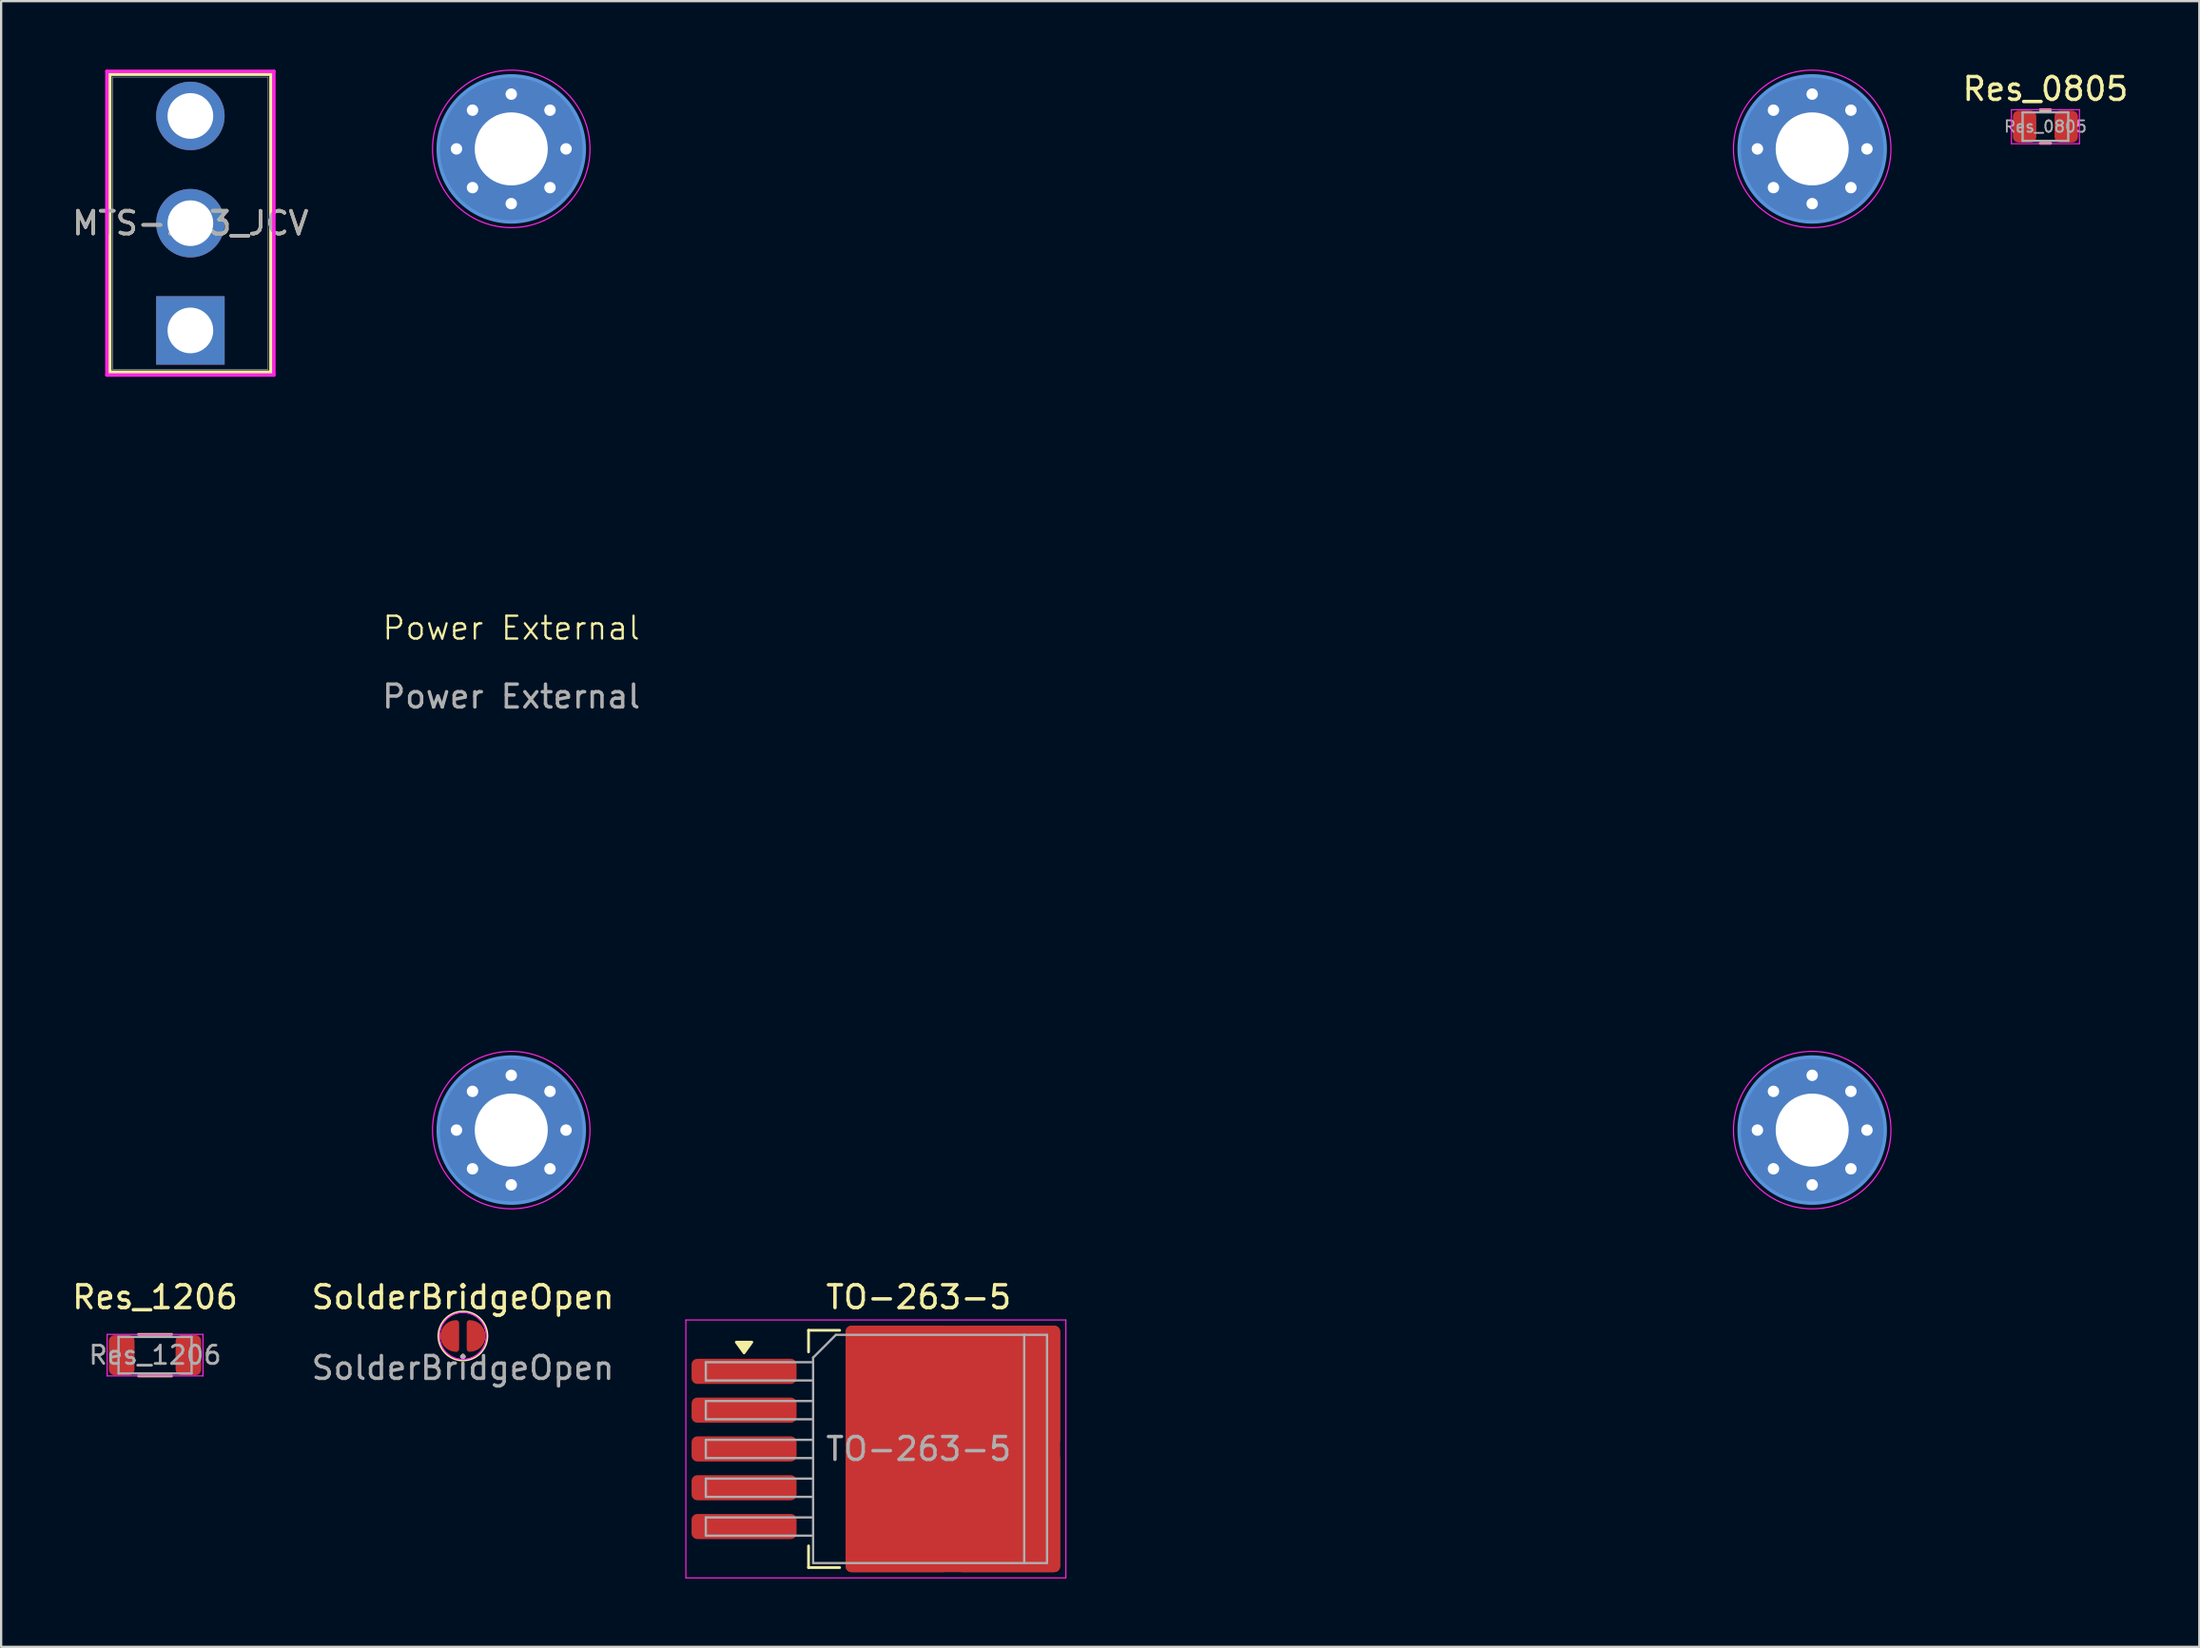
<source format=kicad_pcb>
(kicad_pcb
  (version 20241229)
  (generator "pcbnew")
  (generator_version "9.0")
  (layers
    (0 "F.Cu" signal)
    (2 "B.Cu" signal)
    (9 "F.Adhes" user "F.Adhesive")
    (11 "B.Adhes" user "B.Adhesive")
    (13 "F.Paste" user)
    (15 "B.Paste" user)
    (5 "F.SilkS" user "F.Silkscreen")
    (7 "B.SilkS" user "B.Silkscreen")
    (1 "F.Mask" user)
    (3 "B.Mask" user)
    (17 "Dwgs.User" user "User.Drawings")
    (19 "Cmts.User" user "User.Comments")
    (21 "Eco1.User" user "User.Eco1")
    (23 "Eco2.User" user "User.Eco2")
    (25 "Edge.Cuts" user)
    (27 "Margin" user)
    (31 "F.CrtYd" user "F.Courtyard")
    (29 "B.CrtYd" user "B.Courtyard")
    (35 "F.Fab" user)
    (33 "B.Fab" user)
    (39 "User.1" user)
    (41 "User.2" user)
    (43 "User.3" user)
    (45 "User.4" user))
  (footprint "MTS-103_JCV"
    (layer "F.Cu")
    (at 5.292 6.731)
    (property "Reference" "MTS-103_JCV" (at 0 0 0) (unlocked yes) (layer "F.SilkS") (effects (font (size 1 1) (thickness 0.15))))
    (attr smd)
    (fp_line (start -3.531 -6.528) (end -3.531 6.528) (stroke (width 0.152) (type solid)) (layer "F.SilkS"))
    (fp_line (start -3.531 6.528) (end 3.531 6.528) (stroke (width 0.152) (type solid)) (layer "F.SilkS"))
    (fp_line (start 3.531 -6.528) (end -3.531 -6.528) (stroke (width 0.152) (type solid)) (layer "F.SilkS"))
    (fp_line (start 3.531 6.528) (end 3.531 -6.528) (stroke (width 0.152) (type solid)) (layer "F.SilkS"))
    (fp_line (start -3.658 -6.655) (end -3.658 6.655) (stroke (width 0.152) (type solid)) (layer "F.CrtYd"))
    (fp_line (start -3.658 6.655) (end 3.658 6.655) (stroke (width 0.152) (type solid)) (layer "F.CrtYd"))
    (fp_line (start 3.658 -6.655) (end -3.658 -6.655) (stroke (width 0.152) (type solid)) (layer "F.CrtYd"))
    (fp_line (start 3.658 6.655) (end 3.658 -6.655) (stroke (width 0.152) (type solid)) (layer "F.CrtYd"))
    (fp_line (start -3.404 -6.401) (end -3.404 6.401) (stroke (width 0.025) (type solid)) (layer "F.Fab"))
    (fp_line (start -3.404 6.401) (end 3.404 6.401) (stroke (width 0.025) (type solid)) (layer "F.Fab"))
    (fp_line (start 3.404 -6.401) (end -3.404 -6.401) (stroke (width 0.025) (type solid)) (layer "F.Fab"))
    (fp_line (start 3.404 6.401) (end 3.404 -6.401) (stroke (width 0.025) (type solid)) (layer "F.Fab"))
    (fp_text user "${REFERENCE}" (at 0 0 0) (unlocked yes) (layer "F.Fab") (effects (font (size 1 1) (thickness 0.15))))
    (pad "1" thru_hole rect (at 0 4.7) (size 3 3) (drill 2) (layers "*.Cu" "*.Mask"))
    (pad "2" thru_hole circle (at 0 0) (size 3 3) (drill 2) (layers "*.Cu" "*.Mask"))
    (pad "3" thru_hole circle (at 0 -4.7) (size 3 3) (drill 2) (layers "*.Cu" "*.Mask")))
  (footprint "Power External"
    (layer "F.Cu")
    (at 19.351 24.975)
    (property "Reference" "Power External" (at 0 -0.5 0) (unlocked yes) (layer "F.SilkS") (effects (font (size 1 1) (thickness 0.1))))
    (attr through_hole)
    (fp_circle (center 0 -21.5) (end 3.2 -21.5) (stroke (width 0.15) (type solid)) (fill no) (layer "Cmts.User"))
    (fp_circle (center 0 21.5) (end 3.2 21.5) (stroke (width 0.15) (type solid)) (fill no) (layer "Cmts.User"))
    (fp_circle (center 57 -21.5) (end 60.2 -21.5) (stroke (width 0.15) (type solid)) (fill no) (layer "Cmts.User"))
    (fp_circle (center 57 21.5) (end 60.2 21.5) (stroke (width 0.15) (type solid)) (fill no) (layer "Cmts.User"))
    (fp_circle (center 0 -21.5) (end 3.45 -21.5) (stroke (width 0.05) (type solid)) (fill no) (layer "F.CrtYd"))
    (fp_circle (center 0 21.5) (end 3.45 21.5) (stroke (width 0.05) (type solid)) (fill no) (layer "F.CrtYd"))
    (fp_circle (center 57 -21.5) (end 60.45 -21.5) (stroke (width 0.05) (type solid)) (fill no) (layer "F.CrtYd"))
    (fp_circle (center 57 21.5) (end 60.45 21.5) (stroke (width 0.05) (type solid)) (fill no) (layer "F.CrtYd"))
    (fp_text user "${REFERENCE}" (at 0 2.5 0) (unlocked yes) (layer "F.Fab") (effects (font (size 1 1) (thickness 0.15))))
    (pad "1" thru_hole circle (at -2.4 -21.5) (size 0.8 0.8) (drill 0.5) (layers "*.Cu" "*.Mask"))
    (pad "1" thru_hole circle (at -2.4 21.5) (size 0.8 0.8) (drill 0.5) (layers "*.Cu" "*.Mask"))
    (pad "1" thru_hole circle (at -1.697 -23.197) (size 0.8 0.8) (drill 0.5) (layers "*.Cu" "*.Mask"))
    (pad "1" thru_hole circle (at -1.697 -19.803) (size 0.8 0.8) (drill 0.5) (layers "*.Cu" "*.Mask"))
    (pad "1" thru_hole circle (at -1.697 19.803) (size 0.8 0.8) (drill 0.5) (layers "*.Cu" "*.Mask"))
    (pad "1" thru_hole circle (at -1.697 23.197) (size 0.8 0.8) (drill 0.5) (layers "*.Cu" "*.Mask"))
    (pad "1" thru_hole circle (at 0 -23.9) (size 0.8 0.8) (drill 0.5) (layers "*.Cu" "*.Mask"))
    (pad "1" thru_hole circle (at 0 -21.5) (size 6.4 6.4) (drill 3.2) (layers "*.Cu" "*.Mask"))
    (pad "1" thru_hole circle (at 0 -19.1) (size 0.8 0.8) (drill 0.5) (layers "*.Cu" "*.Mask"))
    (pad "1" thru_hole circle (at 0 19.1) (size 0.8 0.8) (drill 0.5) (layers "*.Cu" "*.Mask"))
    (pad "1" thru_hole circle (at 0 21.5) (size 6.4 6.4) (drill 3.2) (layers "*.Cu" "*.Mask"))
    (pad "1" thru_hole circle (at 0 23.9) (size 0.8 0.8) (drill 0.5) (layers "*.Cu" "*.Mask"))
    (pad "1" thru_hole circle (at 1.697 -23.197) (size 0.8 0.8) (drill 0.5) (layers "*.Cu" "*.Mask"))
    (pad "1" thru_hole circle (at 1.697 -19.803) (size 0.8 0.8) (drill 0.5) (layers "*.Cu" "*.Mask"))
    (pad "1" thru_hole circle (at 1.697 19.803) (size 0.8 0.8) (drill 0.5) (layers "*.Cu" "*.Mask"))
    (pad "1" thru_hole circle (at 1.697 23.197) (size 0.8 0.8) (drill 0.5) (layers "*.Cu" "*.Mask"))
    (pad "1" thru_hole circle (at 2.4 -21.5) (size 0.8 0.8) (drill 0.5) (layers "*.Cu" "*.Mask"))
    (pad "1" thru_hole circle (at 2.4 21.5) (size 0.8 0.8) (drill 0.5) (layers "*.Cu" "*.Mask"))
    (pad "1" thru_hole circle (at 54.6 -21.5) (size 0.8 0.8) (drill 0.5) (layers "*.Cu" "*.Mask"))
    (pad "1" thru_hole circle (at 54.6 21.5) (size 0.8 0.8) (drill 0.5) (layers "*.Cu" "*.Mask"))
    (pad "1" thru_hole circle (at 55.303 -23.197) (size 0.8 0.8) (drill 0.5) (layers "*.Cu" "*.Mask"))
    (pad "1" thru_hole circle (at 55.303 -19.803) (size 0.8 0.8) (drill 0.5) (layers "*.Cu" "*.Mask"))
    (pad "1" thru_hole circle (at 55.303 19.803) (size 0.8 0.8) (drill 0.5) (layers "*.Cu" "*.Mask"))
    (pad "1" thru_hole circle (at 55.303 23.197) (size 0.8 0.8) (drill 0.5) (layers "*.Cu" "*.Mask"))
    (pad "1" thru_hole circle (at 57 -23.9) (size 0.8 0.8) (drill 0.5) (layers "*.Cu" "*.Mask"))
    (pad "1" thru_hole circle (at 57 -21.5) (size 6.4 6.4) (drill 3.2) (layers "*.Cu" "*.Mask"))
    (pad "1" thru_hole circle (at 57 -19.1) (size 0.8 0.8) (drill 0.5) (layers "*.Cu" "*.Mask"))
    (pad "1" thru_hole circle (at 57 19.1) (size 0.8 0.8) (drill 0.5) (layers "*.Cu" "*.Mask"))
    (pad "1" thru_hole circle (at 57 21.5) (size 6.4 6.4) (drill 3.2) (layers "*.Cu" "*.Mask"))
    (pad "1" thru_hole circle (at 57 23.9) (size 0.8 0.8) (drill 0.5) (layers "*.Cu" "*.Mask"))
    (pad "1" thru_hole circle (at 58.697 -23.197) (size 0.8 0.8) (drill 0.5) (layers "*.Cu" "*.Mask"))
    (pad "1" thru_hole circle (at 58.697 -19.803) (size 0.8 0.8) (drill 0.5) (layers "*.Cu" "*.Mask"))
    (pad "1" thru_hole circle (at 58.697 19.803) (size 0.8 0.8) (drill 0.5) (layers "*.Cu" "*.Mask"))
    (pad "1" thru_hole circle (at 58.697 23.197) (size 0.8 0.8) (drill 0.5) (layers "*.Cu" "*.Mask"))
    (pad "1" thru_hole circle (at 59.4 -21.5) (size 0.8 0.8) (drill 0.5) (layers "*.Cu" "*.Mask"))
    (pad "1" thru_hole circle (at 59.4 21.5) (size 0.8 0.8) (drill 0.5) (layers "*.Cu" "*.Mask")))
  (footprint "Res_1206"
    (layer "F.Cu")
    (at 3.744 56.338)
    (property "Reference" "Res_1206" (at 0 -2.54 0) (layer "F.SilkS") (effects (font (size 1 1) (thickness 0.15))))
    (attr smd)
    (fp_line (start -0.727 -0.91) (end 0.727 -0.91) (stroke (width 0.12) (type solid)) (layer "F.SilkS"))
    (fp_line (start -0.727 0.91) (end 0.727 0.91) (stroke (width 0.12) (type solid)) (layer "F.SilkS"))
    (fp_line (start -2.1 -0.91) (end 2.1 -0.91) (stroke (width 0.05) (type solid)) (layer "F.CrtYd"))
    (fp_line (start -2.1 0.91) (end -2.1 -0.91) (stroke (width 0.05) (type solid)) (layer "F.CrtYd"))
    (fp_line (start 2.1 -0.91) (end 2.1 0.91) (stroke (width 0.05) (type solid)) (layer "F.CrtYd"))
    (fp_line (start 2.1 0.91) (end -2.1 0.91) (stroke (width 0.05) (type solid)) (layer "F.CrtYd"))
    (fp_line (start -1.6 -0.8) (end 1.6 -0.8) (stroke (width 0.1) (type solid)) (layer "F.Fab"))
    (fp_line (start -1.6 0.8) (end -1.6 -0.8) (stroke (width 0.1) (type solid)) (layer "F.Fab"))
    (fp_line (start 1.6 -0.8) (end 1.6 0.8) (stroke (width 0.1) (type solid)) (layer "F.Fab"))
    (fp_line (start 1.6 0.8) (end -1.6 0.8) (stroke (width 0.1) (type solid)) (layer "F.Fab"))
    (fp_text user "${REFERENCE}" (at 0 0 0) (layer "F.Fab") (effects (font (size 0.8 0.8) (thickness 0.12))))
    (pad "1" smd roundrect (at -1.462 0) (size 1.125 1.75) (layers "F.Cu" "F.Mask" "F.Paste") (roundrect_rratio 0.222))
    (pad "2" smd roundrect (at 1.462 0) (size 1.125 1.75) (layers "F.Cu" "F.Mask" "F.Paste") (roundrect_rratio 0.222)))
  (footprint "TO-263-5"
    (layer "F.Cu")
    (at 37.201 60.448)
    (property "Reference" "TO-263-5" (at 0 -6.65 0) (layer "F.SilkS") (effects (font (size 1 1) (thickness 0.15))))
    (attr smd)
    (fp_line (start -4.825 -5.2) (end -4.825 -4.25) (stroke (width 0.12) (type solid)) (layer "F.SilkS"))
    (fp_line (start -4.825 5.2) (end -4.825 4.25) (stroke (width 0.12) (type solid)) (layer "F.SilkS"))
    (fp_line (start -3.46 -5.2) (end -4.825 -5.2) (stroke (width 0.12) (type solid)) (layer "F.SilkS"))
    (fp_line (start -3.46 5.2) (end -4.825 5.2) (stroke (width 0.12) (type solid)) (layer "F.SilkS"))
    (fp_poly (pts (xy -7.65 -4.21) (xy -7.99 -4.68) (xy -7.31 -4.68) (xy -7.65 -4.21)) (stroke (width 0.12) (type solid)) (fill yes) (layer "F.SilkS"))
    (fp_line (start -10.2 -5.65) (end -10.2 5.65) (stroke (width 0.05) (type solid)) (layer "F.CrtYd"))
    (fp_line (start -10.2 5.65) (end 6.45 5.65) (stroke (width 0.05) (type solid)) (layer "F.CrtYd"))
    (fp_line (start 6.45 -5.65) (end -10.2 -5.65) (stroke (width 0.05) (type solid)) (layer "F.CrtYd"))
    (fp_line (start 6.45 5.65) (end 6.45 -5.65) (stroke (width 0.05) (type solid)) (layer "F.CrtYd"))
    (fp_line (start -9.325 -3.8) (end -9.325 -3) (stroke (width 0.1) (type solid)) (layer "F.Fab"))
    (fp_line (start -9.325 -3) (end -4.625 -3) (stroke (width 0.1) (type solid)) (layer "F.Fab"))
    (fp_line (start -9.325 -2.1) (end -9.325 -1.3) (stroke (width 0.1) (type solid)) (layer "F.Fab"))
    (fp_line (start -9.325 -1.3) (end -4.625 -1.3) (stroke (width 0.1) (type solid)) (layer "F.Fab"))
    (fp_line (start -9.325 -0.4) (end -9.325 0.4) (stroke (width 0.1) (type solid)) (layer "F.Fab"))
    (fp_line (start -9.325 0.4) (end -4.625 0.4) (stroke (width 0.1) (type solid)) (layer "F.Fab"))
    (fp_line (start -9.325 1.3) (end -9.325 2.1) (stroke (width 0.1) (type solid)) (layer "F.Fab"))
    (fp_line (start -9.325 2.1) (end -4.625 2.1) (stroke (width 0.1) (type solid)) (layer "F.Fab"))
    (fp_line (start -9.325 3) (end -9.325 3.8) (stroke (width 0.1) (type solid)) (layer "F.Fab"))
    (fp_line (start -9.325 3.8) (end -4.625 3.8) (stroke (width 0.1) (type solid)) (layer "F.Fab"))
    (fp_line (start -4.625 -4) (end -3.625 -5) (stroke (width 0.1) (type solid)) (layer "F.Fab"))
    (fp_line (start -4.625 -3.8) (end -9.325 -3.8) (stroke (width 0.1) (type solid)) (layer "F.Fab"))
    (fp_line (start -4.625 -2.1) (end -9.325 -2.1) (stroke (width 0.1) (type solid)) (layer "F.Fab"))
    (fp_line (start -4.625 -0.4) (end -9.325 -0.4) (stroke (width 0.1) (type solid)) (layer "F.Fab"))
    (fp_line (start -4.625 1.3) (end -9.325 1.3) (stroke (width 0.1) (type solid)) (layer "F.Fab"))
    (fp_line (start -4.625 3) (end -9.325 3) (stroke (width 0.1) (type solid)) (layer "F.Fab"))
    (fp_line (start -4.625 5) (end -4.625 -4) (stroke (width 0.1) (type solid)) (layer "F.Fab"))
    (fp_line (start -3.625 -5) (end 4.625 -5) (stroke (width 0.1) (type solid)) (layer "F.Fab"))
    (fp_line (start 4.625 -5) (end 4.625 5) (stroke (width 0.1) (type solid)) (layer "F.Fab"))
    (fp_line (start 4.625 -5) (end 5.625 -5) (stroke (width 0.1) (type solid)) (layer "F.Fab"))
    (fp_line (start 4.625 5) (end -4.625 5) (stroke (width 0.1) (type solid)) (layer "F.Fab"))
    (fp_line (start 5.625 -5) (end 5.625 5) (stroke (width 0.1) (type solid)) (layer "F.Fab"))
    (fp_line (start 5.625 5) (end 4.625 5) (stroke (width 0.1) (type solid)) (layer "F.Fab"))
    (fp_text user "${REFERENCE}" (at 0 0 0) (layer "F.Fab") (effects (font (size 1 1) (thickness 0.15))))
    (pad "1" smd roundrect (at -7.65 -3.4) (size 4.6 1.1) (layers "F.Cu" "F.Mask" "F.Paste") (roundrect_rratio 0.227))
    (pad "2" smd roundrect (at -7.65 -1.7) (size 4.6 1.1) (layers "F.Cu" "F.Mask" "F.Paste") (roundrect_rratio 0.227))
    (pad "3" smd roundrect (at -7.65 0) (size 4.6 1.1) (layers "F.Cu" "F.Mask" "F.Paste") (roundrect_rratio 0.227))
    (pad "3" smd roundrect (at -0.925 -2.775) (size 4.55 5.25) (layers "F.Cu" "F.Paste") (roundrect_rratio 0.055))
    (pad "3" smd roundrect (at -0.925 2.775) (size 4.55 5.25) (layers "F.Cu" "F.Paste") (roundrect_rratio 0.055))
    (pad "3" smd roundrect (at 1.5 0) (size 9.4 10.8) (layers "F.Cu" "F.Mask") (roundrect_rratio 0.027))
    (pad "3" smd roundrect (at 3.925 -2.775) (size 4.55 5.25) (layers "F.Cu" "F.Paste") (roundrect_rratio 0.055))
    (pad "3" smd roundrect (at 3.925 2.775) (size 4.55 5.25) (layers "F.Cu" "F.Paste") (roundrect_rratio 0.055))
    (pad "4" smd roundrect (at -7.65 1.7) (size 4.6 1.1) (layers "F.Cu" "F.Mask" "F.Paste") (roundrect_rratio 0.227))
    (pad "5" smd roundrect (at -7.65 3.4) (size 4.6 1.1) (layers "F.Cu" "F.Mask" "F.Paste") (roundrect_rratio 0.227)))
  (footprint "Res_0805"
    (layer "F.Cu")
    (at 86.57 2.498)
    (property "Reference" "Res_0805" (at 0 -1.65 0) (layer "F.SilkS") (effects (font (size 1 1) (thickness 0.15))))
    (attr smd)
    (fp_line (start -0.227 -0.735) (end 0.227 -0.735) (stroke (width 0.12) (type solid)) (layer "F.SilkS"))
    (fp_line (start -0.227 0.735) (end 0.227 0.735) (stroke (width 0.12) (type solid)) (layer "F.SilkS"))
    (fp_line (start -1.49 -0.74) (end 1.495 -0.741) (stroke (width 0.05) (type solid)) (layer "F.CrtYd"))
    (fp_line (start -1.49 0.75) (end -1.49 -0.74) (stroke (width 0.05) (type solid)) (layer "F.CrtYd"))
    (fp_line (start 1.49 -0.741) (end 1.49 0.75) (stroke (width 0.05) (type solid)) (layer "F.CrtYd"))
    (fp_line (start 1.49 0.75) (end -1.49 0.75) (stroke (width 0.05) (type solid)) (layer "F.CrtYd"))
    (fp_line (start -1 -0.625) (end 1 -0.625) (stroke (width 0.1) (type solid)) (layer "F.Fab"))
    (fp_line (start -1 0.625) (end -1 -0.625) (stroke (width 0.1) (type solid)) (layer "F.Fab"))
    (fp_line (start 1 -0.625) (end 1 0.625) (stroke (width 0.1) (type solid)) (layer "F.Fab"))
    (fp_line (start 1 0.625) (end -1 0.625) (stroke (width 0.1) (type solid)) (layer "F.Fab"))
    (fp_text user "${REFERENCE}" (at 0 0 0) (layer "F.Fab") (effects (font (size 0.5 0.5) (thickness 0.08))))
    (pad "1" smd roundrect (at -0.912 0) (size 1.025 1.4) (layers "F.Cu" "F.Mask" "F.Paste") (roundrect_rratio 0.244))
    (pad "2" smd roundrect (at 0.912 0) (size 1.025 1.4) (layers "F.Cu" "F.Mask" "F.Paste") (roundrect_rratio 0.244)))
  (footprint "SolderBridgeOpen"
    (layer "F.Cu")
    (at 17.232 55.498)
    (property "Reference" "SolderBridgeOpen" (at 0 -1.7 0) (layer "F.SilkS") (effects (font (size 1 1) (thickness 0.15))))
    (attr smd)
    (fp_circle (center 0 0) (end 0.8 -0.7) (stroke (width 0.1) (type default)) (fill no) (layer "F.SilkS"))
    (fp_circle (center 0 0) (end 0.5 -0.9) (stroke (width 0.05) (type default)) (fill no) (layer "F.CrtYd"))
    (fp_text user "${REFERENCE}" (at 0 1.4 0) (unlocked yes) (layer "F.Fab") (effects (font (size 1 1) (thickness 0.15))))
    (pad "1" smd custom (at -0.577 0.057 180) (size 0.367 0.367) (layers "F.Cu" "F.Mask" "F.Paste") (options (anchor circle)) (primitives (gr_poly (pts (xy -0.407 -0.037) (xy -0.396 -0.093) (xy -0.364 -0.141) (xy -0.316 -0.172) (xy -0.26 -0.183) (xy 0.26 -0.183) (xy 0.316 -0.172) (xy 0.364 -0.141) (xy 0.396 -0.093) (xy 0.407 -0.037) (xy 0.407 0.037) (xy 0.396 0.093) (xy 0.364 0.141) (xy 0.316 0.172) (xy 0.26 0.183) (xy -0.26 0.183) (xy -0.316 0.172) (xy -0.364 0.141) (xy -0.396 0.093) (xy -0.407 0.037)) (width 0) (fill yes)) (gr_line (start -0.284 -0.452) (end -0.284 0.565) (width 0.254)) (gr_arc (start -0.283809 -0.511461) (mid 0.284152 0.0565) (end -0.283809 0.624461) (width 0.254)) (gr_poly (pts (xy -0.284 0.624) (xy -0.277 -0.543) (xy 0.223 -0.243) (xy 0.284 0.057) (xy 0.223 0.356)) (width 0.2) (fill yes))))
    (pad "2" smd custom (at 0.393 0) (size 0.254 0.254) (layers "F.Cu" "F.Mask" "F.Paste") (options (anchor circle)) (primitives (gr_poly (pts (xy -0.1 0.568) (xy -0.093 -0.6) (xy 0.407 -0.3) (xy 0.468 0) (xy 0.407 0.3)) (width 0.2) (fill yes)) (gr_arc (start -0.1 -0.567961) (mid 0.467961 0) (end -0.1 0.567961) (width 0.254)) (gr_line (start -0.1 -0.508) (end -0.1 0.508) (width 0.254)))))
  (gr_rect
    (start -3 -3)
    (end 93.314 69.123)
    (stroke (width 0.1) (type default))
    (fill no)
    (layer "Edge.Cuts")))
</source>
